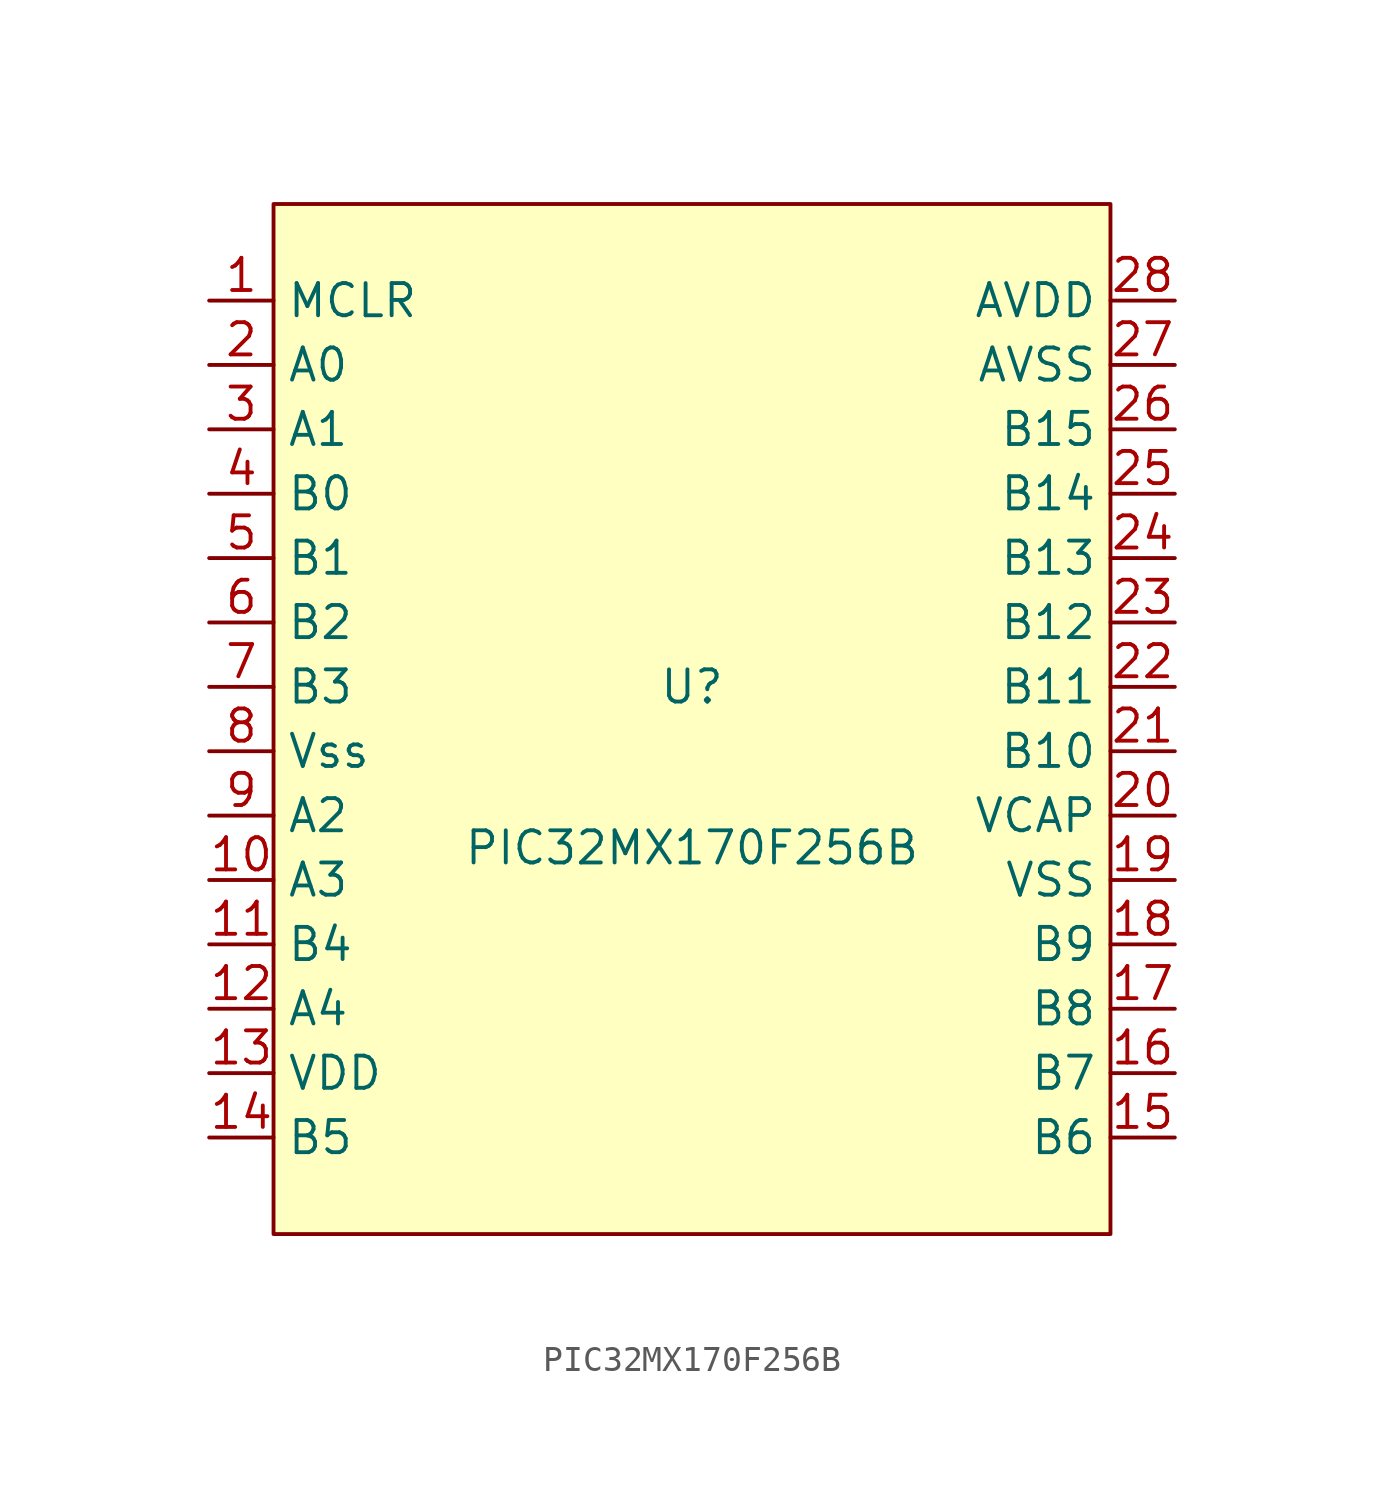
<source format=kicad_sym>
(kicad_symbol_lib
  (version 20220914)
  (generator kicad_symbol_editor)
  (symbol "PIC32MX170F256B"
    (property "Reference" "U"
      (at 0 2.54 0)
      (effects (font (size 1.27 1.27))))
    (property "Value" "PIC32MX170F256B"
      (at 0 -3.81 0)
      (effects (font (size 1.27 1.27))))
    (symbol "PIC32MX170F256B_0_0"
      (pin bidirectional line (at -19.05 17.78 0) (length 2.54) (name "MCLR" (effects (font (size 1.27 1.27)))) (number "1" (effects (font (size 1.27 1.27)))))
      (pin bidirectional line (at -19.05 -5.08 0) (length 2.54) (name "A3" (effects (font (size 1.27 1.27)))) (number "10" (effects (font (size 1.27 1.27)))))
      (pin bidirectional line (at -19.05 -7.62 0) (length 2.54) (name "B4" (effects (font (size 1.27 1.27)))) (number "11" (effects (font (size 1.27 1.27)))))
      (pin bidirectional line (at -19.05 -10.16 0) (length 2.54) (name "A4" (effects (font (size 1.27 1.27)))) (number "12" (effects (font (size 1.27 1.27)))))
      (pin power_in line (at -19.05 -12.7 0) (length 2.54) (name "VDD" (effects (font (size 1.27 1.27)))) (number "13" (effects (font (size 1.27 1.27)))))
      (pin bidirectional line (at -19.05 -15.24 0) (length 2.54) (name "B5" (effects (font (size 1.27 1.27)))) (number "14" (effects (font (size 1.27 1.27)))))
      (pin bidirectional line (at 19.05 -15.24 180) (length 2.54) (name "B6" (effects (font (size 1.27 1.27)))) (number "15" (effects (font (size 1.27 1.27)))))
      (pin bidirectional line (at 19.05 -12.7 180) (length 2.54) (name "B7" (effects (font (size 1.27 1.27)))) (number "16" (effects (font (size 1.27 1.27)))))
      (pin bidirectional line (at 19.05 -10.16 180) (length 2.54) (name "B8" (effects (font (size 1.27 1.27)))) (number "17" (effects (font (size 1.27 1.27)))))
      (pin bidirectional line (at 19.05 -7.62 180) (length 2.54) (name "B9" (effects (font (size 1.27 1.27)))) (number "18" (effects (font (size 1.27 1.27)))))
      (pin bidirectional line (at 19.05 -5.08 180) (length 2.54) (name "VSS" (effects (font (size 1.27 1.27)))) (number "19" (effects (font (size 1.27 1.27)))))
      (pin bidirectional line (at -19.05 15.24 0) (length 2.54) (name "A0" (effects (font (size 1.27 1.27)))) (number "2" (effects (font (size 1.27 1.27)))))
      (pin bidirectional line (at 19.05 -2.54 180) (length 2.54) (name "VCAP" (effects (font (size 1.27 1.27)))) (number "20" (effects (font (size 1.27 1.27)))))
      (pin bidirectional line (at 19.05 0 180) (length 2.54) (name "B10" (effects (font (size 1.27 1.27)))) (number "21" (effects (font (size 1.27 1.27)))))
      (pin bidirectional line (at 19.05 2.54 180) (length 2.54) (name "B11" (effects (font (size 1.27 1.27)))) (number "22" (effects (font (size 1.27 1.27)))))
      (pin bidirectional line (at 19.05 5.08 180) (length 2.54) (name "B12" (effects (font (size 1.27 1.27)))) (number "23" (effects (font (size 1.27 1.27)))))
      (pin bidirectional line (at 19.05 7.62 180) (length 2.54) (name "B13" (effects (font (size 1.27 1.27)))) (number "24" (effects (font (size 1.27 1.27)))))
      (pin bidirectional line (at 19.05 10.16 180) (length 2.54) (name "B14" (effects (font (size 1.27 1.27)))) (number "25" (effects (font (size 1.27 1.27)))))
      (pin bidirectional line (at 19.05 12.7 180) (length 2.54) (name "B15" (effects (font (size 1.27 1.27)))) (number "26" (effects (font (size 1.27 1.27)))))
      (pin bidirectional line (at 19.05 15.24 180) (length 2.54) (name "AVSS" (effects (font (size 1.27 1.27)))) (number "27" (effects (font (size 1.27 1.27)))))
      (pin power_in line (at 19.05 17.78 180) (length 2.54) (name "AVDD" (effects (font (size 1.27 1.27)))) (number "28" (effects (font (size 1.27 1.27)))))
      (pin bidirectional line (at -19.05 12.7 0) (length 2.54) (name "A1" (effects (font (size 1.27 1.27)))) (number "3" (effects (font (size 1.27 1.27)))))
      (pin bidirectional line (at -19.05 10.16 0) (length 2.54) (name "B0" (effects (font (size 1.27 1.27)))) (number "4" (effects (font (size 1.27 1.27)))))
      (pin bidirectional line (at -19.05 7.62 0) (length 2.54) (name "B1" (effects (font (size 1.27 1.27)))) (number "5" (effects (font (size 1.27 1.27)))))
      (pin bidirectional line (at -19.05 5.08 0) (length 2.54) (name "B2" (effects (font (size 1.27 1.27)))) (number "6" (effects (font (size 1.27 1.27)))))
      (pin bidirectional line (at -19.05 2.54 0) (length 2.54) (name "B3" (effects (font (size 1.27 1.27)))) (number "7" (effects (font (size 1.27 1.27)))))
      (pin bidirectional line (at -19.05 0 0) (length 2.54) (name "Vss" (effects (font (size 1.27 1.27)))) (number "8" (effects (font (size 1.27 1.27)))))
      (pin bidirectional line (at -19.05 -2.54 0) (length 2.54) (name "A2" (effects (font (size 1.27 1.27)))) (number "9" (effects (font (size 1.27 1.27))))))
    (symbol "PIC32MX170F256B_1_1"
      (rectangle (start -16.51 21.59) (end 16.51 -19.05) (stroke (width 0) (type default)) (fill (type background))))))
</source>
